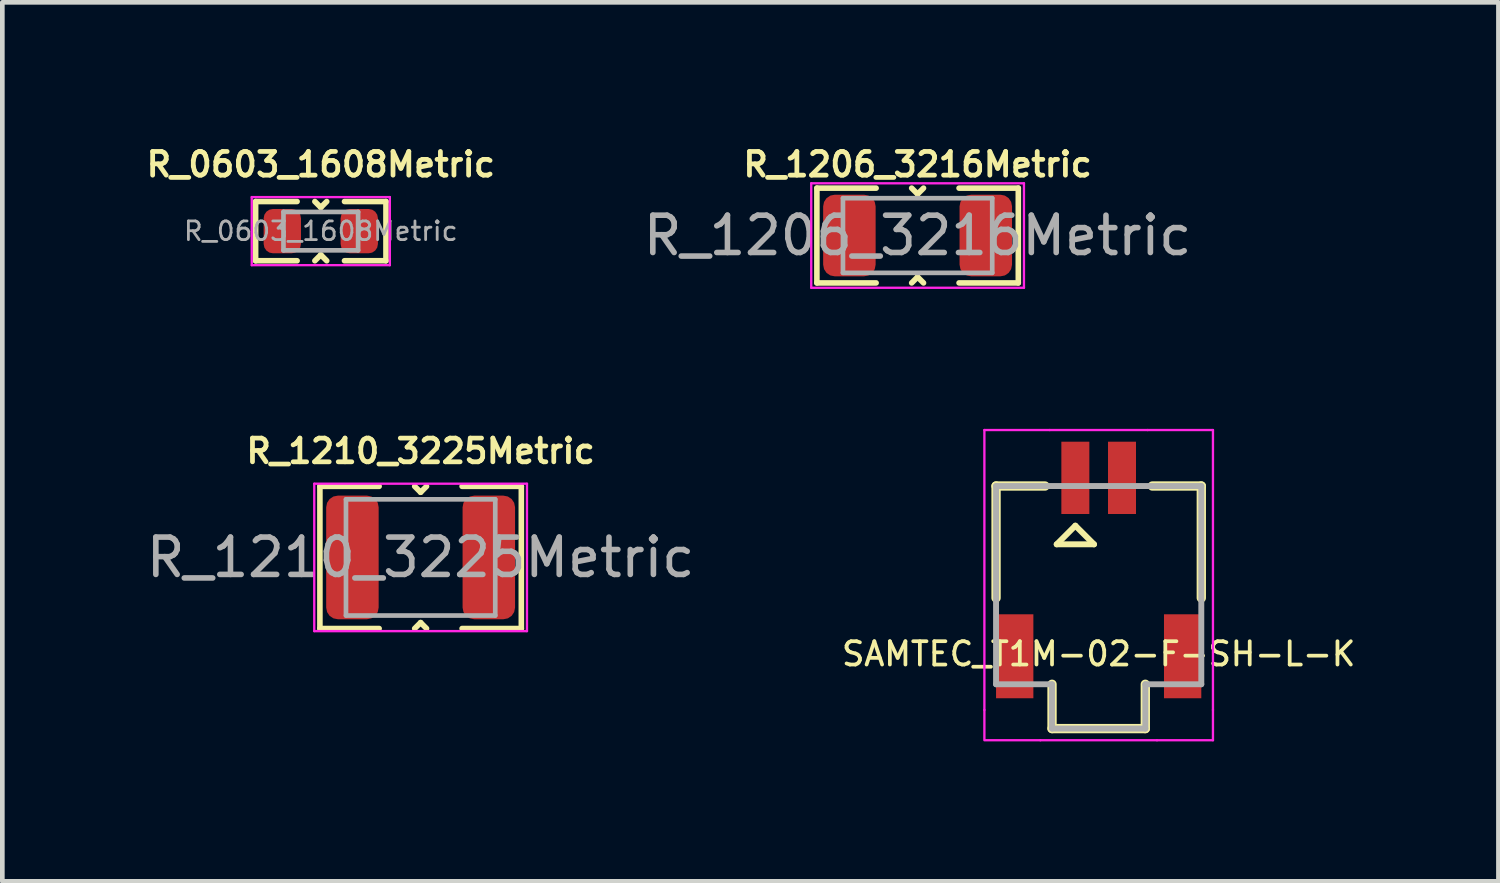
<source format=kicad_pcb>
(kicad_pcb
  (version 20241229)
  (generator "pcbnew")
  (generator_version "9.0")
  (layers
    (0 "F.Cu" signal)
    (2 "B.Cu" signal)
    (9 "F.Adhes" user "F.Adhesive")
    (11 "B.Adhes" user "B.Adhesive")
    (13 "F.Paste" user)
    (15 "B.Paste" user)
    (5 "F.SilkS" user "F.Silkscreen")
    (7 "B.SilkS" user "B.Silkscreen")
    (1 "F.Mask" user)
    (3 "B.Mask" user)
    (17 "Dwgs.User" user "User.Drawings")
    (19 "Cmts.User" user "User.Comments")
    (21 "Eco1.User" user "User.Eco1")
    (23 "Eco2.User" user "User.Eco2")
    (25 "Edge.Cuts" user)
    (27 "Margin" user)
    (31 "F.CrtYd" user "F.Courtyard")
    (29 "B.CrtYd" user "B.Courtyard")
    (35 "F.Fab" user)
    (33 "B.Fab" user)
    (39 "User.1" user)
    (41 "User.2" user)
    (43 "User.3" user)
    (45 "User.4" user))
  (footprint "R_1206_3216Metric"
    (layer "F.Cu")
    (at 16.621 1.999)
    (property "Reference" "R_1206_3216Metric" (at 0 -1.524 0) (layer "F.SilkS") (effects (font (size 0.508 0.508) (thickness 0.102) (bold yes))))
    (attr smd)
    (fp_line (start -2.159 -1.016) (end -2.159 1.016) (stroke (width 0.12) (type default)) (layer "F.SilkS"))
    (fp_line (start -2.159 1.016) (end -0.889 1.016) (stroke (width 0.12) (type default)) (layer "F.SilkS"))
    (fp_line (start -0.889 -1.016) (end -2.159 -1.016) (stroke (width 0.12) (type default)) (layer "F.SilkS"))
    (fp_line (start -0.127 -1.016) (end 0 -0.889) (stroke (width 0.12) (type default)) (layer "F.SilkS"))
    (fp_line (start -0.127 1.016) (end 0 0.889) (stroke (width 0.12) (type default)) (layer "F.SilkS"))
    (fp_line (start 0 -0.889) (end 0.127 -1.016) (stroke (width 0.12) (type default)) (layer "F.SilkS"))
    (fp_line (start 0 0.889) (end 0.127 1.016) (stroke (width 0.12) (type default)) (layer "F.SilkS"))
    (fp_line (start 0.889 -1.016) (end 2.159 -1.016) (stroke (width 0.12) (type default)) (layer "F.SilkS"))
    (fp_line (start 2.159 -1.016) (end 2.159 1.016) (stroke (width 0.12) (type default)) (layer "F.SilkS"))
    (fp_line (start 2.159 1.016) (end 0.889 1.016) (stroke (width 0.12) (type default)) (layer "F.SilkS"))
    (fp_line (start -2.28 -1.12) (end 2.28 -1.12) (stroke (width 0.05) (type solid)) (layer "F.CrtYd"))
    (fp_line (start -2.28 1.12) (end -2.28 -1.12) (stroke (width 0.05) (type solid)) (layer "F.CrtYd"))
    (fp_line (start 2.28 -1.12) (end 2.28 1.12) (stroke (width 0.05) (type solid)) (layer "F.CrtYd"))
    (fp_line (start 2.28 1.12) (end -2.28 1.12) (stroke (width 0.05) (type solid)) (layer "F.CrtYd"))
    (fp_line (start -1.6 -0.8) (end 1.6 -0.8) (stroke (width 0.1) (type solid)) (layer "F.Fab"))
    (fp_line (start -1.6 0.8) (end -1.6 -0.8) (stroke (width 0.1) (type solid)) (layer "F.Fab"))
    (fp_line (start 1.6 -0.8) (end 1.6 0.8) (stroke (width 0.1) (type solid)) (layer "F.Fab"))
    (fp_line (start 1.6 0.8) (end -1.6 0.8) (stroke (width 0.1) (type solid)) (layer "F.Fab"))
    (fp_text user "${REFERENCE}" (at 0 0 0) (layer "F.Fab") (effects (font (size 0.8 0.8) (thickness 0.12))))
    (pad "1" smd roundrect (at -1.462 0) (size 1.125 1.75) (layers "F.Cu" "F.Mask" "F.Paste") (roundrect_rratio 0.222))
    (pad "2" smd roundrect (at 1.462 0) (size 1.125 1.75) (layers "F.Cu" "F.Mask" "F.Paste") (roundrect_rratio 0.222)))
  (footprint "R_1210_3225Metric"
    (layer "F.Cu")
    (at 5.967 8.9)
    (property "Reference" "R_1210_3225Metric" (at 0 -2.28 0) (layer "F.SilkS") (effects (font (size 0.508 0.508) (thickness 0.102) (bold yes))))
    (attr smd)
    (fp_line (start -2.159 -1.524) (end -2.159 1.524) (stroke (width 0.12) (type default)) (layer "F.SilkS"))
    (fp_line (start -2.159 1.524) (end -0.889 1.524) (stroke (width 0.12) (type default)) (layer "F.SilkS"))
    (fp_line (start -0.889 -1.524) (end -2.159 -1.524) (stroke (width 0.12) (type default)) (layer "F.SilkS"))
    (fp_line (start -0.127 -1.524) (end 0 -1.397) (stroke (width 0.12) (type default)) (layer "F.SilkS"))
    (fp_line (start -0.127 1.524) (end 0 1.397) (stroke (width 0.12) (type default)) (layer "F.SilkS"))
    (fp_line (start 0 -1.397) (end 0.127 -1.524) (stroke (width 0.12) (type default)) (layer "F.SilkS"))
    (fp_line (start 0 1.397) (end 0.127 1.524) (stroke (width 0.12) (type default)) (layer "F.SilkS"))
    (fp_line (start 0.889 -1.524) (end 2.159 -1.524) (stroke (width 0.12) (type default)) (layer "F.SilkS"))
    (fp_line (start 2.159 -1.524) (end 2.159 1.524) (stroke (width 0.12) (type default)) (layer "F.SilkS"))
    (fp_line (start 2.159 1.524) (end 0.889 1.524) (stroke (width 0.12) (type default)) (layer "F.SilkS"))
    (fp_line (start -2.28 -1.58) (end 2.28 -1.58) (stroke (width 0.05) (type solid)) (layer "F.CrtYd"))
    (fp_line (start -2.28 1.58) (end -2.28 -1.58) (stroke (width 0.05) (type solid)) (layer "F.CrtYd"))
    (fp_line (start 2.28 -1.58) (end 2.28 1.58) (stroke (width 0.05) (type solid)) (layer "F.CrtYd"))
    (fp_line (start 2.28 1.58) (end -2.28 1.58) (stroke (width 0.05) (type solid)) (layer "F.CrtYd"))
    (fp_line (start -1.6 -1.245) (end 1.6 -1.245) (stroke (width 0.1) (type solid)) (layer "F.Fab"))
    (fp_line (start -1.6 1.245) (end -1.6 -1.245) (stroke (width 0.1) (type solid)) (layer "F.Fab"))
    (fp_line (start 1.6 -1.245) (end 1.6 1.245) (stroke (width 0.1) (type solid)) (layer "F.Fab"))
    (fp_line (start 1.6 1.245) (end -1.6 1.245) (stroke (width 0.1) (type solid)) (layer "F.Fab"))
    (fp_text user "${REFERENCE}" (at 0 0 0) (layer "F.Fab") (effects (font (size 0.8 0.8) (thickness 0.12))))
    (pad "1" smd roundrect (at -1.462 0) (size 1.125 2.65) (layers "F.Cu" "F.Mask" "F.Paste") (roundrect_rratio 0.222))
    (pad "2" smd roundrect (at 1.462 0) (size 1.125 2.65) (layers "F.Cu" "F.Mask" "F.Paste") (roundrect_rratio 0.222)))
  (footprint "R_0603_1608Metric"
    (layer "F.Cu")
    (at 3.827 1.905)
    (property "Reference" "R_0603_1608Metric" (at 0 -1.43 0) (layer "F.SilkS") (effects (font (size 0.508 0.508) (thickness 0.102) (bold yes))))
    (attr smd)
    (fp_line (start -1.397 -0.635) (end -1.397 0.635) (stroke (width 0.12) (type default)) (layer "F.SilkS"))
    (fp_line (start -1.397 0.635) (end -0.508 0.635) (stroke (width 0.12) (type default)) (layer "F.SilkS"))
    (fp_line (start -0.508 -0.635) (end -1.397 -0.635) (stroke (width 0.12) (type default)) (layer "F.SilkS"))
    (fp_line (start -0.127 -0.635) (end 0 -0.508) (stroke (width 0.12) (type default)) (layer "F.SilkS"))
    (fp_line (start -0.127 0.635) (end 0 0.508) (stroke (width 0.12) (type default)) (layer "F.SilkS"))
    (fp_line (start 0 -0.508) (end 0.127 -0.635) (stroke (width 0.12) (type default)) (layer "F.SilkS"))
    (fp_line (start 0 0.508) (end 0.127 0.635) (stroke (width 0.12) (type default)) (layer "F.SilkS"))
    (fp_line (start 0.508 -0.635) (end 1.397 -0.635) (stroke (width 0.12) (type default)) (layer "F.SilkS"))
    (fp_line (start 1.397 -0.635) (end 1.397 0.635) (stroke (width 0.12) (type default)) (layer "F.SilkS"))
    (fp_line (start 1.397 0.635) (end 0.508 0.635) (stroke (width 0.12) (type default)) (layer "F.SilkS"))
    (fp_line (start -1.48 -0.73) (end 1.48 -0.73) (stroke (width 0.05) (type solid)) (layer "F.CrtYd"))
    (fp_line (start -1.48 0.73) (end -1.48 -0.73) (stroke (width 0.05) (type solid)) (layer "F.CrtYd"))
    (fp_line (start 1.48 -0.73) (end 1.48 0.73) (stroke (width 0.05) (type solid)) (layer "F.CrtYd"))
    (fp_line (start 1.48 0.73) (end -1.48 0.73) (stroke (width 0.05) (type solid)) (layer "F.CrtYd"))
    (fp_line (start -0.8 -0.412) (end 0.8 -0.412) (stroke (width 0.1) (type solid)) (layer "F.Fab"))
    (fp_line (start -0.8 0.412) (end -0.8 -0.412) (stroke (width 0.1) (type solid)) (layer "F.Fab"))
    (fp_line (start 0.8 -0.412) (end 0.8 0.412) (stroke (width 0.1) (type solid)) (layer "F.Fab"))
    (fp_line (start 0.8 0.412) (end -0.8 0.412) (stroke (width 0.1) (type solid)) (layer "F.Fab"))
    (fp_text user "${REFERENCE}" (at 0 0 0) (layer "F.Fab") (effects (font (size 0.4 0.4) (thickness 0.06))))
    (pad "1" smd roundrect (at -0.825 0) (size 0.8 0.95) (layers "F.Cu" "F.Mask" "F.Paste") (roundrect_rratio 0.25))
    (pad "2" smd roundrect (at 0.825 0) (size 0.8 0.95) (layers "F.Cu" "F.Mask" "F.Paste") (roundrect_rratio 0.25)))
  (footprint "SAMTEC_T1M-02-F-SH-L-K"
    (layer "F.Cu")
    (at 20.503 7.369)
    (property "Reference" "SAMTEC_T1M-02-F-SH-L-K" (at 0 3.6 0) (layer "F.SilkS") (effects (font (size 0.5 0.5) (thickness 0.08))))
    (attr smd)
    (fp_line (start -2.2 0) (end -2.2 2.4) (stroke (width 0.2) (type solid)) (layer "F.SilkS"))
    (fp_line (start -1.15 0) (end -2.2 0) (stroke (width 0.2) (type solid)) (layer "F.SilkS"))
    (fp_line (start -1 4.25) (end -1 5.2) (stroke (width 0.2) (type solid)) (layer "F.SilkS"))
    (fp_line (start -1 5.2) (end 1 5.2) (stroke (width 0.2) (type solid)) (layer "F.SilkS"))
    (fp_line (start -0.9 1.25) (end -0.1 1.25) (stroke (width 0.127) (type default)) (layer "F.SilkS"))
    (fp_line (start -0.5 0.85) (end -0.9 1.25) (stroke (width 0.127) (type default)) (layer "F.SilkS"))
    (fp_line (start -0.1 1.25) (end -0.5 0.85) (stroke (width 0.127) (type default)) (layer "F.SilkS"))
    (fp_line (start 1 5.2) (end 1 4.25) (stroke (width 0.2) (type solid)) (layer "F.SilkS"))
    (fp_line (start 1.15 0) (end 2.2 0) (stroke (width 0.2) (type solid)) (layer "F.SilkS"))
    (fp_line (start 2.2 0) (end 2.2 2.4) (stroke (width 0.2) (type solid)) (layer "F.SilkS"))
    (fp_line (start -2.45 -1.2) (end -1.05 -1.2) (stroke (width 0.05) (type solid)) (layer "F.CrtYd"))
    (fp_line (start -2.45 4.8) (end -2.45 -1.2) (stroke (width 0.05) (type solid)) (layer "F.CrtYd"))
    (fp_line (start -2.45 5.425) (end -2.45 4.8) (stroke (width 0.05) (type solid)) (layer "F.CrtYd"))
    (fp_line (start -1.25 5.45) (end -2.45 5.45) (stroke (width 0.05) (type solid)) (layer "F.CrtYd"))
    (fp_line (start -1.05 -1.2) (end 1.05 -1.2) (stroke (width 0.05) (type solid)) (layer "F.CrtYd"))
    (fp_line (start 1.05 -1.2) (end 2.45 -1.2) (stroke (width 0.05) (type solid)) (layer "F.CrtYd"))
    (fp_line (start 1.25 5.45) (end -1.25 5.45) (stroke (width 0.05) (type solid)) (layer "F.CrtYd"))
    (fp_line (start 2.45 -1.2) (end 2.45 4.8) (stroke (width 0.05) (type solid)) (layer "F.CrtYd"))
    (fp_line (start 2.45 4.8) (end 2.45 5.45) (stroke (width 0.05) (type solid)) (layer "F.CrtYd"))
    (fp_line (start 2.45 5.45) (end 1.25 5.45) (stroke (width 0.05) (type solid)) (layer "F.CrtYd"))
    (fp_line (start -2.2 0) (end 2.2 0) (stroke (width 0.127) (type solid)) (layer "F.Fab"))
    (fp_line (start -2.2 4.25) (end -2.2 0) (stroke (width 0.127) (type solid)) (layer "F.Fab"))
    (fp_line (start -1 4.25) (end -2.2 4.25) (stroke (width 0.127) (type solid)) (layer "F.Fab"))
    (fp_line (start -1 4.25) (end -1 5.2) (stroke (width 0.127) (type solid)) (layer "F.Fab"))
    (fp_line (start -1 5.2) (end 1 5.2) (stroke (width 0.127) (type solid)) (layer "F.Fab"))
    (fp_line (start 1 5.2) (end 1 4.25) (stroke (width 0.127) (type solid)) (layer "F.Fab"))
    (fp_line (start 2.2 0) (end 2.2 4.25) (stroke (width 0.127) (type solid)) (layer "F.Fab"))
    (fp_line (start 2.2 4.25) (end 1 4.25) (stroke (width 0.127) (type solid)) (layer "F.Fab"))
    (pad "1" smd rect (at -0.5 -0.175 90) (size 1.55 0.6) (layers "F.Cu" "F.Mask" "F.Paste"))
    (pad "2" smd rect (at 0.5 -0.175 90) (size 1.55 0.6) (layers "F.Cu" "F.Mask" "F.Paste"))
    (pad "S1" smd rect (at -1.8 3.65 90) (size 1.8 0.8) (layers "F.Cu" "F.Mask" "F.Paste"))
    (pad "S2" smd rect (at 1.8 3.65 90) (size 1.8 0.8) (layers "F.Cu" "F.Mask" "F.Paste")))
  (gr_rect
    (start -3 -3)
    (end 29.073 15.844)
    (stroke (width 0.1) (type default))
    (fill no)
    (layer "Edge.Cuts")))
</source>
